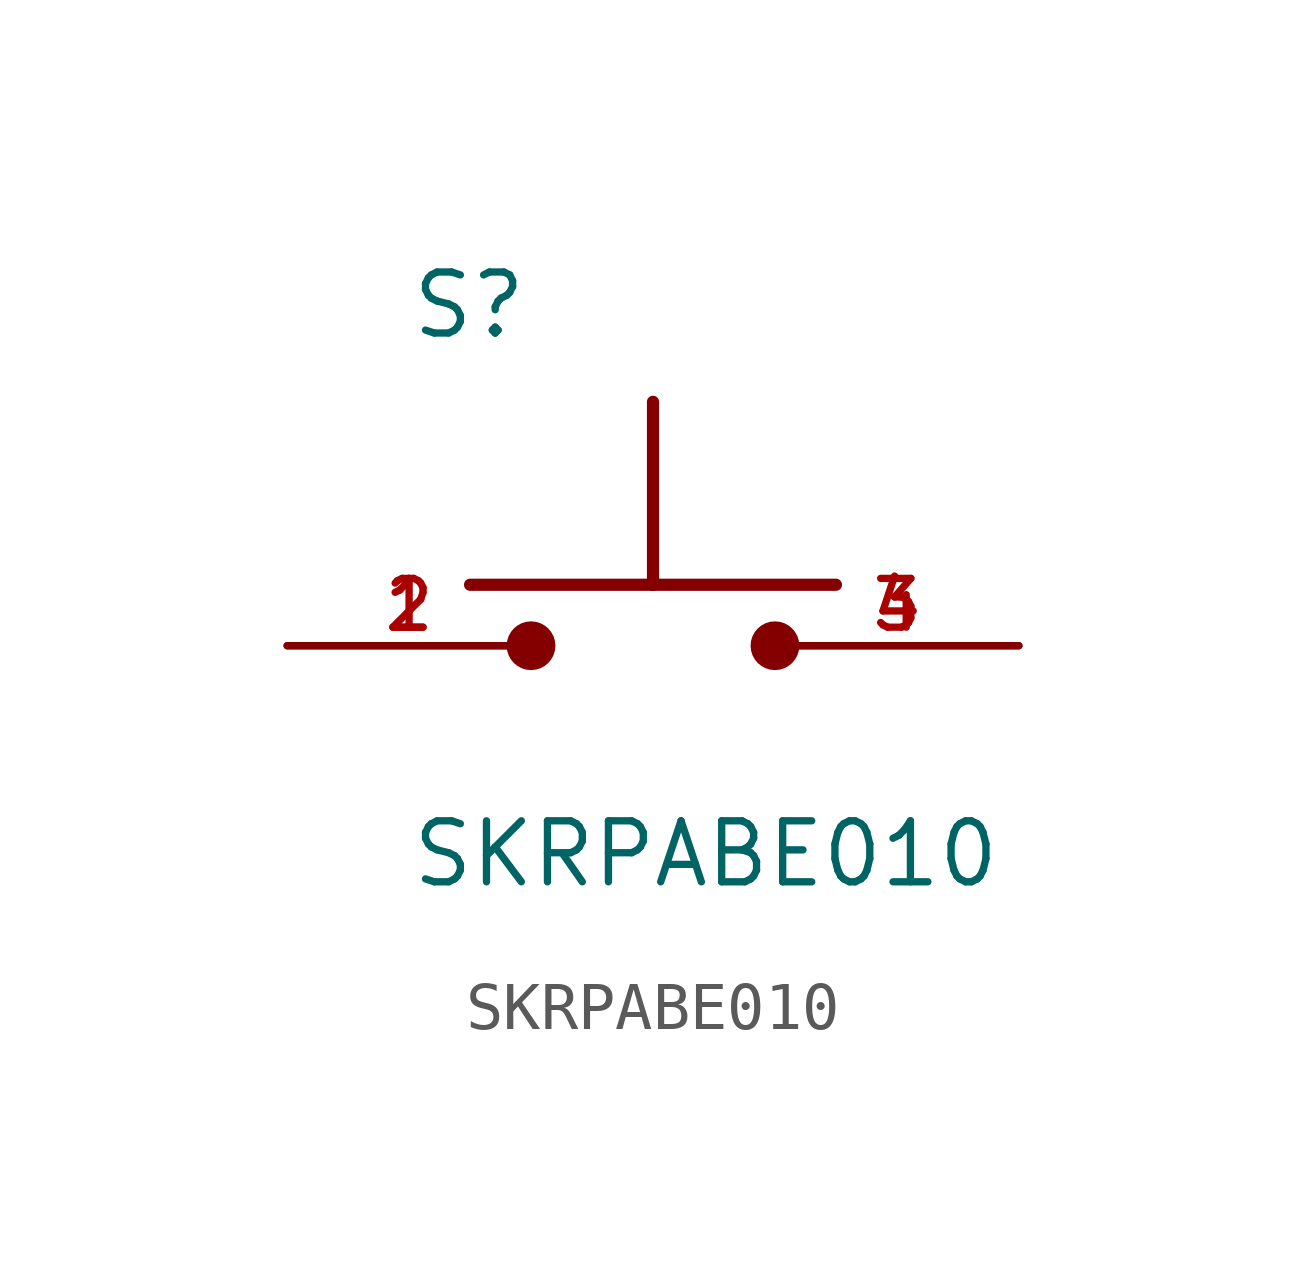
<source format=kicad_sym>
(kicad_symbol_lib
  (version 20211014)
  (generator kicad_symbol_editor)
  (symbol "SKRPABE010"
    (pin_names
      (offset 1.016))
    (property "Reference" "S"
      (at -5.08 6.35 0)
      (effects (font (size 1.27 1.27)) (justify bottom left)))
    (property "Value" "SKRPABE010"
      (at -5.08 -5.08 0)
      (effects (font (size 1.27 1.27)) (justify bottom left)))
    (symbol "SKRPABE010_0_0"
      (circle (center -2.54 0.0) (radius 0.254) (stroke (width 0.508)) (fill (type none)))
      (circle (center 2.54 0.0) (radius 0.254) (stroke (width 0.508)) (fill (type none)))
      (polyline (pts (xy -3.81 1.27) (xy 0.0 1.27)) (stroke (width 0.254)))
      (polyline (pts (xy 0.0 1.27) (xy 3.81 1.27)) (stroke (width 0.254)))
      (polyline (pts (xy 0.0 1.27) (xy 0.0 5.08)) (stroke (width 0.254)))
      (pin passive line (at -7.62 0.0 0) (length 5.08) (name "~" (effects (font (size 1.016 1.016)))) (number "1" (effects (font (size 1.016 1.016)))))
      (pin passive line (at -7.62 0.0 0) (length 5.08) (name "~" (effects (font (size 1.016 1.016)))) (number "2" (effects (font (size 1.016 1.016)))))
      (pin passive line (at 7.62 0.0 180.0) (length 5.08) (name "~" (effects (font (size 1.016 1.016)))) (number "3" (effects (font (size 1.016 1.016)))))
      (pin passive line (at 7.62 0.0 180.0) (length 5.08) (name "~" (effects (font (size 1.016 1.016)))) (number "4" (effects (font (size 1.016 1.016))))))))
</source>
